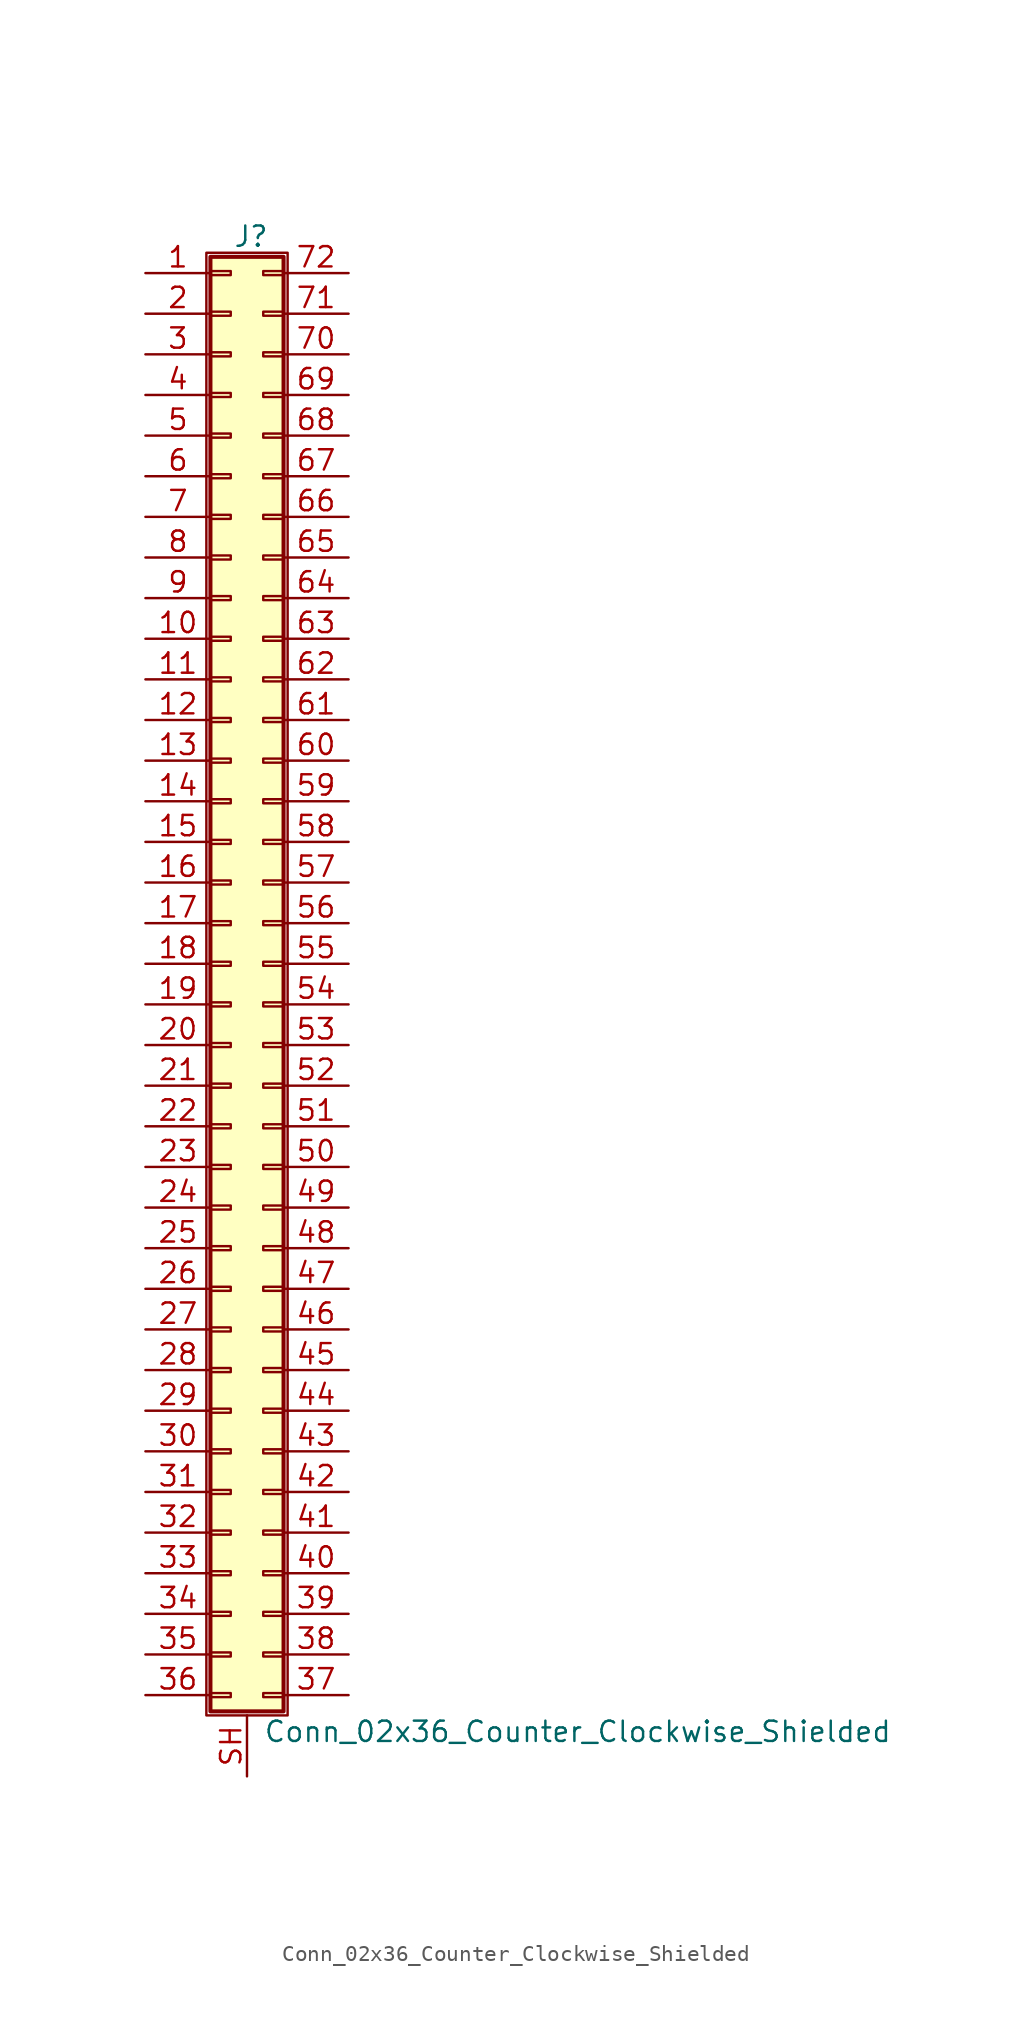
<source format=kicad_sym>
(kicad_symbol_lib
  (version 20201005)
  (generator kicad_symbol_editor)
  (symbol "Conn_02x36_Counter_Clockwise_Shielded"
    (pin_names
      (offset 1.016) hide)
    (property "Reference" "J"
      (at 1.524 45.466 0)
      (effects (font (size 1.27 1.27))))
    (property "Value" "Conn_02x36_Counter_Clockwise_Shielded"
      (at 2.286 -48.006 0)
      (effects (font (size 1.27 1.27)) (justify left)))
    (symbol "Conn_02x36_Counter_Clockwise_Shielded_1_1"
      (rectangle (start -1.27 44.45) (end 3.81 -46.99) (stroke (width 0.152)) (fill (type none)))
      (rectangle (start -1.016 -45.593) (end 0.254 -45.847) (stroke (width 0.152)) (fill (type none)))
      (rectangle (start -1.016 -43.053) (end 0.254 -43.307) (stroke (width 0.152)) (fill (type none)))
      (rectangle (start -1.016 -40.513) (end 0.254 -40.767) (stroke (width 0.152)) (fill (type none)))
      (rectangle (start -1.016 -37.973) (end 0.254 -38.227) (stroke (width 0.152)) (fill (type none)))
      (rectangle (start -1.016 -35.433) (end 0.254 -35.687) (stroke (width 0.152)) (fill (type none)))
      (rectangle (start -1.016 -32.893) (end 0.254 -33.147) (stroke (width 0.152)) (fill (type none)))
      (rectangle (start -1.016 -30.353) (end 0.254 -30.607) (stroke (width 0.152)) (fill (type none)))
      (rectangle (start -1.016 -27.813) (end 0.254 -28.067) (stroke (width 0.152)) (fill (type none)))
      (rectangle (start -1.016 -25.273) (end 0.254 -25.527) (stroke (width 0.152)) (fill (type none)))
      (rectangle (start -1.016 -22.733) (end 0.254 -22.987) (stroke (width 0.152)) (fill (type none)))
      (rectangle (start -1.016 -20.193) (end 0.254 -20.447) (stroke (width 0.152)) (fill (type none)))
      (rectangle (start -1.016 -17.653) (end 0.254 -17.907) (stroke (width 0.152)) (fill (type none)))
      (rectangle (start -1.016 -15.113) (end 0.254 -15.367) (stroke (width 0.152)) (fill (type none)))
      (rectangle (start -1.016 -12.573) (end 0.254 -12.827) (stroke (width 0.152)) (fill (type none)))
      (rectangle (start -1.016 -10.033) (end 0.254 -10.287) (stroke (width 0.152)) (fill (type none)))
      (rectangle (start -1.016 -7.493) (end 0.254 -7.747) (stroke (width 0.152)) (fill (type none)))
      (rectangle (start -1.016 -4.953) (end 0.254 -5.207) (stroke (width 0.152)) (fill (type none)))
      (rectangle (start -1.016 -2.413) (end 0.254 -2.667) (stroke (width 0.152)) (fill (type none)))
      (rectangle (start -1.016 0.127) (end 0.254 -0.127) (stroke (width 0.152)) (fill (type none)))
      (rectangle (start -1.016 2.667) (end 0.254 2.413) (stroke (width 0.152)) (fill (type none)))
      (rectangle (start -1.016 5.207) (end 0.254 4.953) (stroke (width 0.152)) (fill (type none)))
      (rectangle (start -1.016 7.747) (end 0.254 7.493) (stroke (width 0.152)) (fill (type none)))
      (rectangle (start -1.016 10.287) (end 0.254 10.033) (stroke (width 0.152)) (fill (type none)))
      (rectangle (start -1.016 12.827) (end 0.254 12.573) (stroke (width 0.152)) (fill (type none)))
      (rectangle (start -1.016 15.367) (end 0.254 15.113) (stroke (width 0.152)) (fill (type none)))
      (rectangle (start -1.016 17.907) (end 0.254 17.653) (stroke (width 0.152)) (fill (type none)))
      (rectangle (start -1.016 20.447) (end 0.254 20.193) (stroke (width 0.152)) (fill (type none)))
      (rectangle (start -1.016 22.987) (end 0.254 22.733) (stroke (width 0.152)) (fill (type none)))
      (rectangle (start -1.016 25.527) (end 0.254 25.273) (stroke (width 0.152)) (fill (type none)))
      (rectangle (start -1.016 28.067) (end 0.254 27.813) (stroke (width 0.152)) (fill (type none)))
      (rectangle (start -1.016 30.607) (end 0.254 30.353) (stroke (width 0.152)) (fill (type none)))
      (rectangle (start -1.016 33.147) (end 0.254 32.893) (stroke (width 0.152)) (fill (type none)))
      (rectangle (start -1.016 35.687) (end 0.254 35.433) (stroke (width 0.152)) (fill (type none)))
      (rectangle (start -1.016 38.227) (end 0.254 37.973) (stroke (width 0.152)) (fill (type none)))
      (rectangle (start -1.016 40.767) (end 0.254 40.513) (stroke (width 0.152)) (fill (type none)))
      (rectangle (start -1.016 43.307) (end 0.254 43.053) (stroke (width 0.152)) (fill (type none)))
      (rectangle (start -1.016 44.196) (end 3.556 -46.736) (stroke (width 0.254)) (fill (type background)))
      (rectangle (start 3.556 -45.593) (end 2.286 -45.847) (stroke (width 0.152)) (fill (type none)))
      (rectangle (start 3.556 -43.053) (end 2.286 -43.307) (stroke (width 0.152)) (fill (type none)))
      (rectangle (start 3.556 -40.513) (end 2.286 -40.767) (stroke (width 0.152)) (fill (type none)))
      (rectangle (start 3.556 -37.973) (end 2.286 -38.227) (stroke (width 0.152)) (fill (type none)))
      (rectangle (start 3.556 -35.433) (end 2.286 -35.687) (stroke (width 0.152)) (fill (type none)))
      (rectangle (start 3.556 -32.893) (end 2.286 -33.147) (stroke (width 0.152)) (fill (type none)))
      (rectangle (start 3.556 -30.353) (end 2.286 -30.607) (stroke (width 0.152)) (fill (type none)))
      (rectangle (start 3.556 -27.813) (end 2.286 -28.067) (stroke (width 0.152)) (fill (type none)))
      (rectangle (start 3.556 -25.273) (end 2.286 -25.527) (stroke (width 0.152)) (fill (type none)))
      (rectangle (start 3.556 -22.733) (end 2.286 -22.987) (stroke (width 0.152)) (fill (type none)))
      (rectangle (start 3.556 -20.193) (end 2.286 -20.447) (stroke (width 0.152)) (fill (type none)))
      (rectangle (start 3.556 -17.653) (end 2.286 -17.907) (stroke (width 0.152)) (fill (type none)))
      (rectangle (start 3.556 -15.113) (end 2.286 -15.367) (stroke (width 0.152)) (fill (type none)))
      (rectangle (start 3.556 -12.573) (end 2.286 -12.827) (stroke (width 0.152)) (fill (type none)))
      (rectangle (start 3.556 -10.033) (end 2.286 -10.287) (stroke (width 0.152)) (fill (type none)))
      (rectangle (start 3.556 -7.493) (end 2.286 -7.747) (stroke (width 0.152)) (fill (type none)))
      (rectangle (start 3.556 -4.953) (end 2.286 -5.207) (stroke (width 0.152)) (fill (type none)))
      (rectangle (start 3.556 -2.413) (end 2.286 -2.667) (stroke (width 0.152)) (fill (type none)))
      (rectangle (start 3.556 0.127) (end 2.286 -0.127) (stroke (width 0.152)) (fill (type none)))
      (rectangle (start 3.556 2.667) (end 2.286 2.413) (stroke (width 0.152)) (fill (type none)))
      (rectangle (start 3.556 5.207) (end 2.286 4.953) (stroke (width 0.152)) (fill (type none)))
      (rectangle (start 3.556 7.747) (end 2.286 7.493) (stroke (width 0.152)) (fill (type none)))
      (rectangle (start 3.556 10.287) (end 2.286 10.033) (stroke (width 0.152)) (fill (type none)))
      (rectangle (start 3.556 12.827) (end 2.286 12.573) (stroke (width 0.152)) (fill (type none)))
      (rectangle (start 3.556 15.367) (end 2.286 15.113) (stroke (width 0.152)) (fill (type none)))
      (rectangle (start 3.556 17.907) (end 2.286 17.653) (stroke (width 0.152)) (fill (type none)))
      (rectangle (start 3.556 20.447) (end 2.286 20.193) (stroke (width 0.152)) (fill (type none)))
      (rectangle (start 3.556 22.987) (end 2.286 22.733) (stroke (width 0.152)) (fill (type none)))
      (rectangle (start 3.556 25.527) (end 2.286 25.273) (stroke (width 0.152)) (fill (type none)))
      (rectangle (start 3.556 28.067) (end 2.286 27.813) (stroke (width 0.152)) (fill (type none)))
      (rectangle (start 3.556 30.607) (end 2.286 30.353) (stroke (width 0.152)) (fill (type none)))
      (rectangle (start 3.556 33.147) (end 2.286 32.893) (stroke (width 0.152)) (fill (type none)))
      (rectangle (start 3.556 35.687) (end 2.286 35.433) (stroke (width 0.152)) (fill (type none)))
      (rectangle (start 3.556 38.227) (end 2.286 37.973) (stroke (width 0.152)) (fill (type none)))
      (rectangle (start 3.556 40.767) (end 2.286 40.513) (stroke (width 0.152)) (fill (type none)))
      (rectangle (start 3.556 43.307) (end 2.286 43.053) (stroke (width 0.152)) (fill (type none)))
      (pin passive line (at -5.08 43.18 0) (length 4.064) (name "Pin_1" (effects (font (size 1.27 1.27)))) (number "1" (effects (font (size 1.27 1.27)))))
      (pin passive line (at -5.08 20.32 0) (length 4.064) (name "Pin_10" (effects (font (size 1.27 1.27)))) (number "10" (effects (font (size 1.27 1.27)))))
      (pin passive line (at -5.08 17.78 0) (length 4.064) (name "Pin_11" (effects (font (size 1.27 1.27)))) (number "11" (effects (font (size 1.27 1.27)))))
      (pin passive line (at -5.08 15.24 0) (length 4.064) (name "Pin_12" (effects (font (size 1.27 1.27)))) (number "12" (effects (font (size 1.27 1.27)))))
      (pin passive line (at -5.08 12.7 0) (length 4.064) (name "Pin_13" (effects (font (size 1.27 1.27)))) (number "13" (effects (font (size 1.27 1.27)))))
      (pin passive line (at -5.08 10.16 0) (length 4.064) (name "Pin_14" (effects (font (size 1.27 1.27)))) (number "14" (effects (font (size 1.27 1.27)))))
      (pin passive line (at -5.08 7.62 0) (length 4.064) (name "Pin_15" (effects (font (size 1.27 1.27)))) (number "15" (effects (font (size 1.27 1.27)))))
      (pin passive line (at -5.08 5.08 0) (length 4.064) (name "Pin_16" (effects (font (size 1.27 1.27)))) (number "16" (effects (font (size 1.27 1.27)))))
      (pin passive line (at -5.08 2.54 0) (length 4.064) (name "Pin_17" (effects (font (size 1.27 1.27)))) (number "17" (effects (font (size 1.27 1.27)))))
      (pin passive line (at -5.08 0 0) (length 4.064) (name "Pin_18" (effects (font (size 1.27 1.27)))) (number "18" (effects (font (size 1.27 1.27)))))
      (pin passive line (at -5.08 -2.54 0) (length 4.064) (name "Pin_19" (effects (font (size 1.27 1.27)))) (number "19" (effects (font (size 1.27 1.27)))))
      (pin passive line (at -5.08 40.64 0) (length 4.064) (name "Pin_2" (effects (font (size 1.27 1.27)))) (number "2" (effects (font (size 1.27 1.27)))))
      (pin passive line (at -5.08 -5.08 0) (length 4.064) (name "Pin_20" (effects (font (size 1.27 1.27)))) (number "20" (effects (font (size 1.27 1.27)))))
      (pin passive line (at -5.08 -7.62 0) (length 4.064) (name "Pin_21" (effects (font (size 1.27 1.27)))) (number "21" (effects (font (size 1.27 1.27)))))
      (pin passive line (at -5.08 -10.16 0) (length 4.064) (name "Pin_22" (effects (font (size 1.27 1.27)))) (number "22" (effects (font (size 1.27 1.27)))))
      (pin passive line (at -5.08 -12.7 0) (length 4.064) (name "Pin_23" (effects (font (size 1.27 1.27)))) (number "23" (effects (font (size 1.27 1.27)))))
      (pin passive line (at -5.08 -15.24 0) (length 4.064) (name "Pin_24" (effects (font (size 1.27 1.27)))) (number "24" (effects (font (size 1.27 1.27)))))
      (pin passive line (at -5.08 -17.78 0) (length 4.064) (name "Pin_25" (effects (font (size 1.27 1.27)))) (number "25" (effects (font (size 1.27 1.27)))))
      (pin passive line (at -5.08 -20.32 0) (length 4.064) (name "Pin_26" (effects (font (size 1.27 1.27)))) (number "26" (effects (font (size 1.27 1.27)))))
      (pin passive line (at -5.08 -22.86 0) (length 4.064) (name "Pin_27" (effects (font (size 1.27 1.27)))) (number "27" (effects (font (size 1.27 1.27)))))
      (pin passive line (at -5.08 -25.4 0) (length 4.064) (name "Pin_28" (effects (font (size 1.27 1.27)))) (number "28" (effects (font (size 1.27 1.27)))))
      (pin passive line (at -5.08 -27.94 0) (length 4.064) (name "Pin_29" (effects (font (size 1.27 1.27)))) (number "29" (effects (font (size 1.27 1.27)))))
      (pin passive line (at -5.08 38.1 0) (length 4.064) (name "Pin_3" (effects (font (size 1.27 1.27)))) (number "3" (effects (font (size 1.27 1.27)))))
      (pin passive line (at -5.08 -30.48 0) (length 4.064) (name "Pin_30" (effects (font (size 1.27 1.27)))) (number "30" (effects (font (size 1.27 1.27)))))
      (pin passive line (at -5.08 -33.02 0) (length 4.064) (name "Pin_31" (effects (font (size 1.27 1.27)))) (number "31" (effects (font (size 1.27 1.27)))))
      (pin passive line (at -5.08 -35.56 0) (length 4.064) (name "Pin_32" (effects (font (size 1.27 1.27)))) (number "32" (effects (font (size 1.27 1.27)))))
      (pin passive line (at -5.08 -38.1 0) (length 4.064) (name "Pin_33" (effects (font (size 1.27 1.27)))) (number "33" (effects (font (size 1.27 1.27)))))
      (pin passive line (at -5.08 -40.64 0) (length 4.064) (name "Pin_34" (effects (font (size 1.27 1.27)))) (number "34" (effects (font (size 1.27 1.27)))))
      (pin passive line (at -5.08 -43.18 0) (length 4.064) (name "Pin_35" (effects (font (size 1.27 1.27)))) (number "35" (effects (font (size 1.27 1.27)))))
      (pin passive line (at -5.08 -45.72 0) (length 4.064) (name "Pin_36" (effects (font (size 1.27 1.27)))) (number "36" (effects (font (size 1.27 1.27)))))
      (pin passive line (at 7.62 -45.72 180) (length 4.064) (name "Pin_37" (effects (font (size 1.27 1.27)))) (number "37" (effects (font (size 1.27 1.27)))))
      (pin passive line (at 7.62 -43.18 180) (length 4.064) (name "Pin_38" (effects (font (size 1.27 1.27)))) (number "38" (effects (font (size 1.27 1.27)))))
      (pin passive line (at 7.62 -40.64 180) (length 4.064) (name "Pin_39" (effects (font (size 1.27 1.27)))) (number "39" (effects (font (size 1.27 1.27)))))
      (pin passive line (at -5.08 35.56 0) (length 4.064) (name "Pin_4" (effects (font (size 1.27 1.27)))) (number "4" (effects (font (size 1.27 1.27)))))
      (pin passive line (at 7.62 -38.1 180) (length 4.064) (name "Pin_40" (effects (font (size 1.27 1.27)))) (number "40" (effects (font (size 1.27 1.27)))))
      (pin passive line (at 7.62 -35.56 180) (length 4.064) (name "Pin_41" (effects (font (size 1.27 1.27)))) (number "41" (effects (font (size 1.27 1.27)))))
      (pin passive line (at 7.62 -33.02 180) (length 4.064) (name "Pin_42" (effects (font (size 1.27 1.27)))) (number "42" (effects (font (size 1.27 1.27)))))
      (pin passive line (at 7.62 -30.48 180) (length 4.064) (name "Pin_43" (effects (font (size 1.27 1.27)))) (number "43" (effects (font (size 1.27 1.27)))))
      (pin passive line (at 7.62 -27.94 180) (length 4.064) (name "Pin_44" (effects (font (size 1.27 1.27)))) (number "44" (effects (font (size 1.27 1.27)))))
      (pin passive line (at 7.62 -25.4 180) (length 4.064) (name "Pin_45" (effects (font (size 1.27 1.27)))) (number "45" (effects (font (size 1.27 1.27)))))
      (pin passive line (at 7.62 -22.86 180) (length 4.064) (name "Pin_46" (effects (font (size 1.27 1.27)))) (number "46" (effects (font (size 1.27 1.27)))))
      (pin passive line (at 7.62 -20.32 180) (length 4.064) (name "Pin_47" (effects (font (size 1.27 1.27)))) (number "47" (effects (font (size 1.27 1.27)))))
      (pin passive line (at 7.62 -17.78 180) (length 4.064) (name "Pin_48" (effects (font (size 1.27 1.27)))) (number "48" (effects (font (size 1.27 1.27)))))
      (pin passive line (at 7.62 -15.24 180) (length 4.064) (name "Pin_49" (effects (font (size 1.27 1.27)))) (number "49" (effects (font (size 1.27 1.27)))))
      (pin passive line (at -5.08 33.02 0) (length 4.064) (name "Pin_5" (effects (font (size 1.27 1.27)))) (number "5" (effects (font (size 1.27 1.27)))))
      (pin passive line (at 7.62 -12.7 180) (length 4.064) (name "Pin_50" (effects (font (size 1.27 1.27)))) (number "50" (effects (font (size 1.27 1.27)))))
      (pin passive line (at 7.62 -10.16 180) (length 4.064) (name "Pin_51" (effects (font (size 1.27 1.27)))) (number "51" (effects (font (size 1.27 1.27)))))
      (pin passive line (at 7.62 -7.62 180) (length 4.064) (name "Pin_52" (effects (font (size 1.27 1.27)))) (number "52" (effects (font (size 1.27 1.27)))))
      (pin passive line (at 7.62 -5.08 180) (length 4.064) (name "Pin_53" (effects (font (size 1.27 1.27)))) (number "53" (effects (font (size 1.27 1.27)))))
      (pin passive line (at 7.62 -2.54 180) (length 4.064) (name "Pin_54" (effects (font (size 1.27 1.27)))) (number "54" (effects (font (size 1.27 1.27)))))
      (pin passive line (at 7.62 0 180) (length 4.064) (name "Pin_55" (effects (font (size 1.27 1.27)))) (number "55" (effects (font (size 1.27 1.27)))))
      (pin passive line (at 7.62 2.54 180) (length 4.064) (name "Pin_56" (effects (font (size 1.27 1.27)))) (number "56" (effects (font (size 1.27 1.27)))))
      (pin passive line (at 7.62 5.08 180) (length 4.064) (name "Pin_57" (effects (font (size 1.27 1.27)))) (number "57" (effects (font (size 1.27 1.27)))))
      (pin passive line (at 7.62 7.62 180) (length 4.064) (name "Pin_58" (effects (font (size 1.27 1.27)))) (number "58" (effects (font (size 1.27 1.27)))))
      (pin passive line (at 7.62 10.16 180) (length 4.064) (name "Pin_59" (effects (font (size 1.27 1.27)))) (number "59" (effects (font (size 1.27 1.27)))))
      (pin passive line (at -5.08 30.48 0) (length 4.064) (name "Pin_6" (effects (font (size 1.27 1.27)))) (number "6" (effects (font (size 1.27 1.27)))))
      (pin passive line (at 7.62 12.7 180) (length 4.064) (name "Pin_60" (effects (font (size 1.27 1.27)))) (number "60" (effects (font (size 1.27 1.27)))))
      (pin passive line (at 7.62 15.24 180) (length 4.064) (name "Pin_61" (effects (font (size 1.27 1.27)))) (number "61" (effects (font (size 1.27 1.27)))))
      (pin passive line (at 7.62 17.78 180) (length 4.064) (name "Pin_62" (effects (font (size 1.27 1.27)))) (number "62" (effects (font (size 1.27 1.27)))))
      (pin passive line (at 7.62 20.32 180) (length 4.064) (name "Pin_63" (effects (font (size 1.27 1.27)))) (number "63" (effects (font (size 1.27 1.27)))))
      (pin passive line (at 7.62 22.86 180) (length 4.064) (name "Pin_64" (effects (font (size 1.27 1.27)))) (number "64" (effects (font (size 1.27 1.27)))))
      (pin passive line (at 7.62 25.4 180) (length 4.064) (name "Pin_65" (effects (font (size 1.27 1.27)))) (number "65" (effects (font (size 1.27 1.27)))))
      (pin passive line (at 7.62 27.94 180) (length 4.064) (name "Pin_66" (effects (font (size 1.27 1.27)))) (number "66" (effects (font (size 1.27 1.27)))))
      (pin passive line (at 7.62 30.48 180) (length 4.064) (name "Pin_67" (effects (font (size 1.27 1.27)))) (number "67" (effects (font (size 1.27 1.27)))))
      (pin passive line (at 7.62 33.02 180) (length 4.064) (name "Pin_68" (effects (font (size 1.27 1.27)))) (number "68" (effects (font (size 1.27 1.27)))))
      (pin passive line (at 7.62 35.56 180) (length 4.064) (name "Pin_69" (effects (font (size 1.27 1.27)))) (number "69" (effects (font (size 1.27 1.27)))))
      (pin passive line (at -5.08 27.94 0) (length 4.064) (name "Pin_7" (effects (font (size 1.27 1.27)))) (number "7" (effects (font (size 1.27 1.27)))))
      (pin passive line (at 7.62 38.1 180) (length 4.064) (name "Pin_70" (effects (font (size 1.27 1.27)))) (number "70" (effects (font (size 1.27 1.27)))))
      (pin passive line (at 7.62 40.64 180) (length 4.064) (name "Pin_71" (effects (font (size 1.27 1.27)))) (number "71" (effects (font (size 1.27 1.27)))))
      (pin passive line (at 7.62 43.18 180) (length 4.064) (name "Pin_72" (effects (font (size 1.27 1.27)))) (number "72" (effects (font (size 1.27 1.27)))))
      (pin passive line (at -5.08 25.4 0) (length 4.064) (name "Pin_8" (effects (font (size 1.27 1.27)))) (number "8" (effects (font (size 1.27 1.27)))))
      (pin passive line (at -5.08 22.86 0) (length 4.064) (name "Pin_9" (effects (font (size 1.27 1.27)))) (number "9" (effects (font (size 1.27 1.27)))))
      (pin passive line (at 1.27 -50.8 90) (length 3.81) (name "Shield" (effects (font (size 1.27 1.27)))) (number "SH" (effects (font (size 1.27 1.27))))))))
</source>
